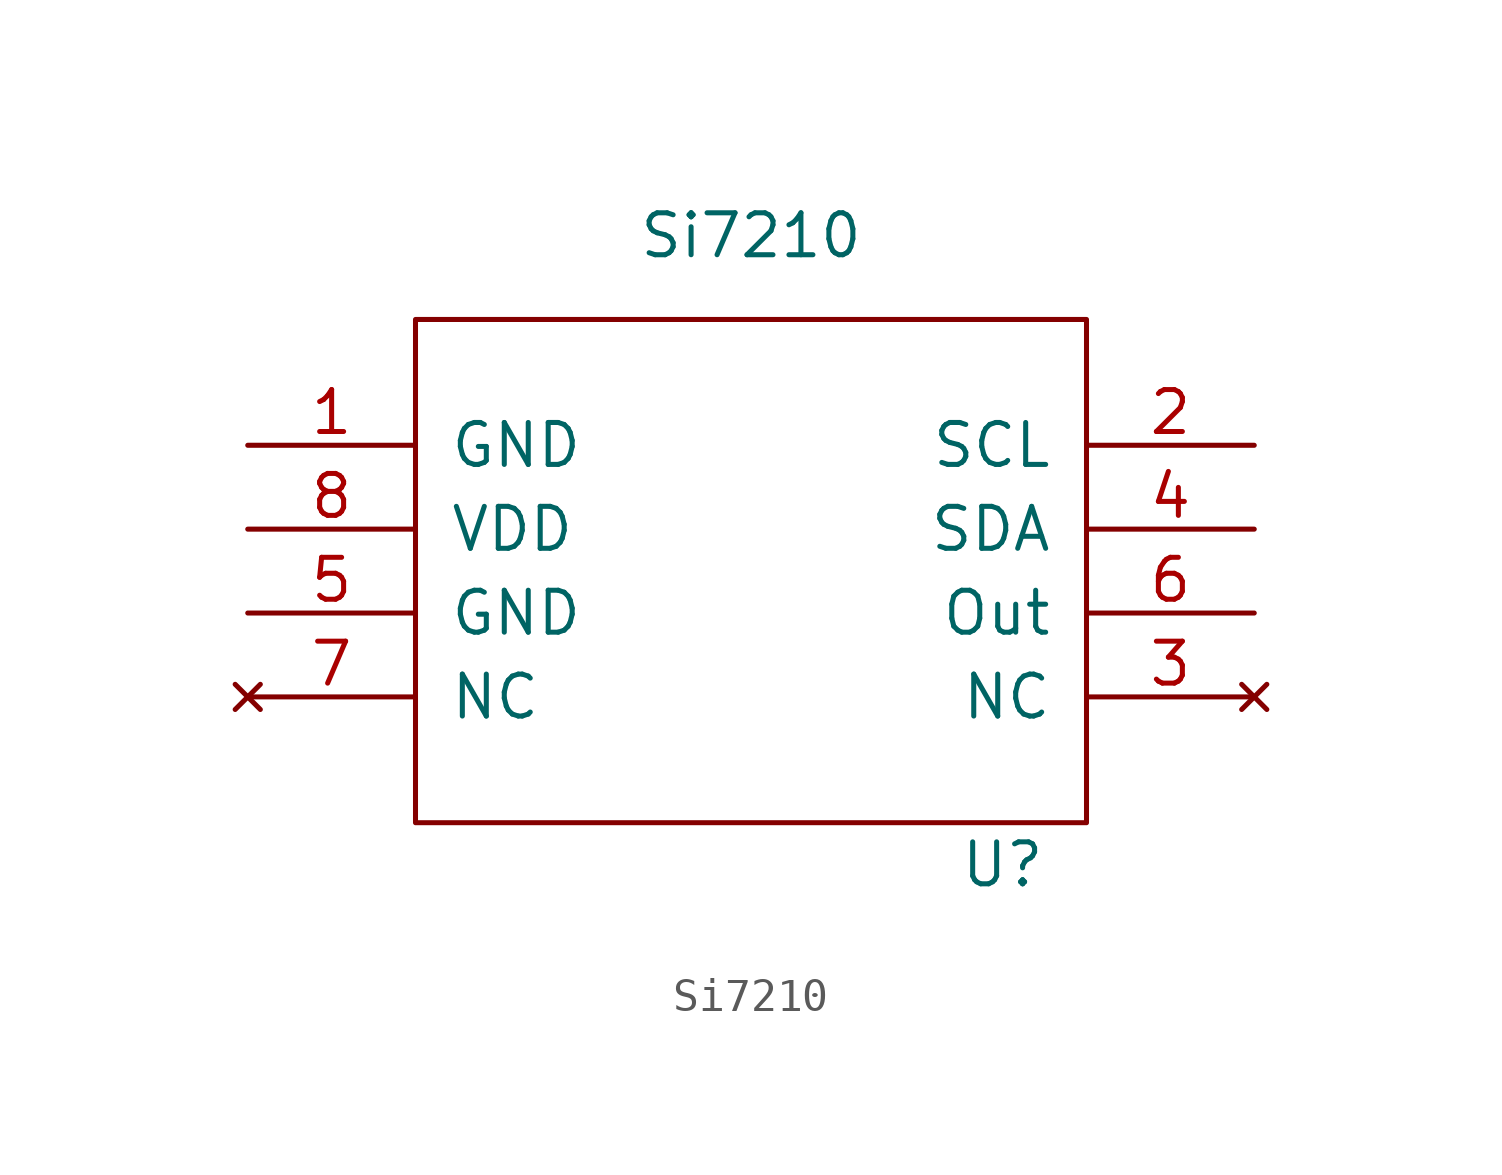
<source format=kicad_sym>
(kicad_symbol_lib
  (version 20211014)
  (generator kicad_symbol_editor)
  (symbol "Si7210"
    (pin_names
      (offset 1.016))
    (property "Reference" "U"
      (at 7.62 -8.89 0)
      (effects (font (size 1.27 1.27))))
    (property "Value" "Si7210"
      (at 0 10.16 0)
      (effects (font (size 1.27 1.27))))
    (symbol "Si7210_0_0"
      (pin power_in line (at -15.24 3.81 0) (length 5.08) (name "GND" (effects (font (size 1.27 1.27)))) (number "1" (effects (font (size 1.27 1.27)))))
      (pin input line (at 15.24 3.81 180) (length 5.08) (name "SCL" (effects (font (size 1.27 1.27)))) (number "2" (effects (font (size 1.27 1.27)))))
      (pin no_connect line (at 15.24 -3.81 180) (length 5.08) (name "NC" (effects (font (size 1.27 1.27)))) (number "3" (effects (font (size 1.27 1.27)))))
      (pin bidirectional line (at 15.24 1.27 180) (length 5.08) (name "SDA" (effects (font (size 1.27 1.27)))) (number "4" (effects (font (size 1.27 1.27)))))
      (pin power_in line (at -15.24 -1.27 0) (length 5.08) (name "GND" (effects (font (size 1.27 1.27)))) (number "5" (effects (font (size 1.27 1.27)))))
      (pin bidirectional line (at 15.24 -1.27 180) (length 5.08) (name "Out" (effects (font (size 1.27 1.27)))) (number "6" (effects (font (size 1.27 1.27)))))
      (pin no_connect line (at -15.24 -3.81 0) (length 5.08) (name "NC" (effects (font (size 1.27 1.27)))) (number "7" (effects (font (size 1.27 1.27)))))
      (pin power_in line (at -15.24 1.27 0) (length 5.08) (name "VDD" (effects (font (size 1.27 1.27)))) (number "8" (effects (font (size 1.27 1.27))))))
    (symbol "Si7210_0_1"
      (rectangle (start -10.16 7.62) (end 10.16 -7.62) (stroke (width 0) (type default) (color 0 0 0 0)) (fill (type none))))))
</source>
